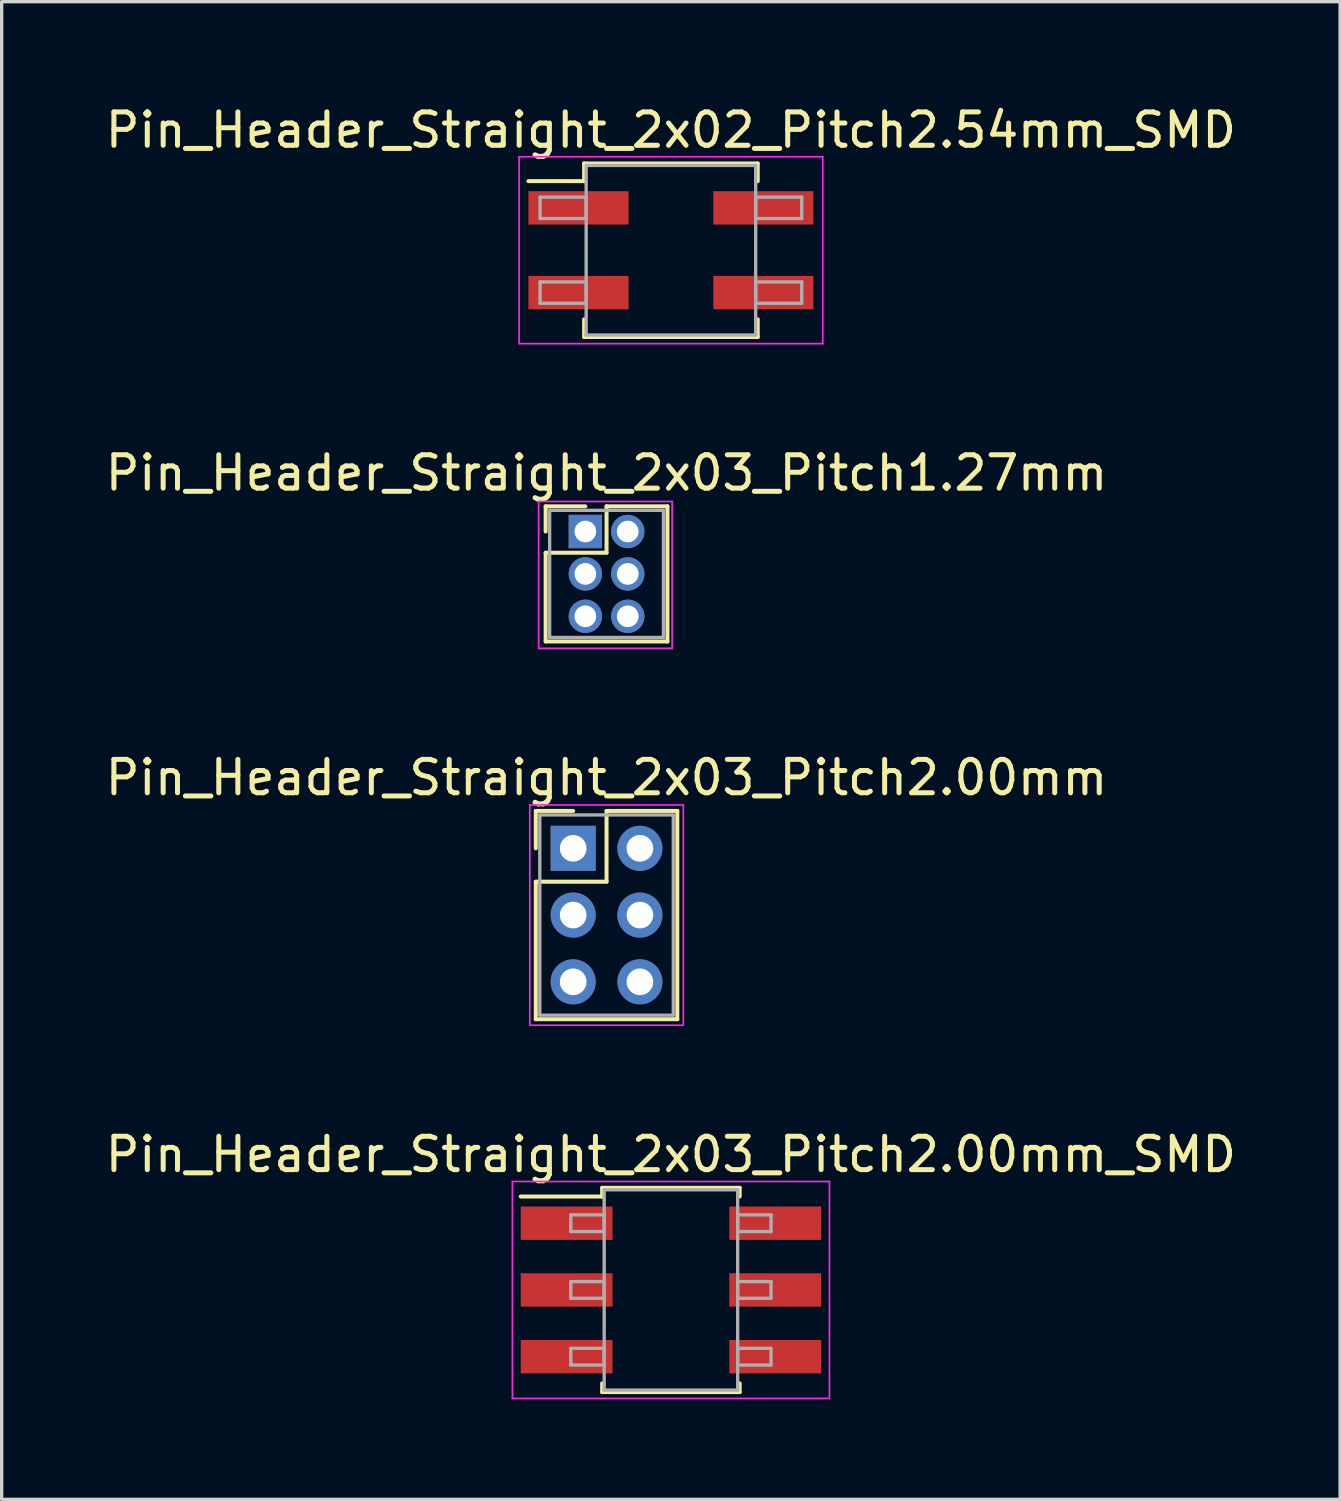
<source format=kicad_pcb>
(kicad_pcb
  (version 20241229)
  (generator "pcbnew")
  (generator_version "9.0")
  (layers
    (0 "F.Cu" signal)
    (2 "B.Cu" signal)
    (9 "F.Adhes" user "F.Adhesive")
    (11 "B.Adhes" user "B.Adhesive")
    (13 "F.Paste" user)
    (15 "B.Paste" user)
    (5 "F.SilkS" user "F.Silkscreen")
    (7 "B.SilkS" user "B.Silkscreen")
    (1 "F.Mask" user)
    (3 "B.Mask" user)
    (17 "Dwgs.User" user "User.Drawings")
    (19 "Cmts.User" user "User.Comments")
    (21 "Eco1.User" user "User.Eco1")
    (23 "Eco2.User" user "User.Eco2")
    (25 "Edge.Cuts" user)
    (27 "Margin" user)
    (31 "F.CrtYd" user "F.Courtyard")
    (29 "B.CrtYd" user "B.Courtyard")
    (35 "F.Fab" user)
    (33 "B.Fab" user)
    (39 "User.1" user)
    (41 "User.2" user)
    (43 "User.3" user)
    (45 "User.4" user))
  (footprint "Pin_Header_Straight_2x03_Pitch2.00mm_SMD"
    (layer "F.Cu")
    (at 17.054 35.603)
    (property "Reference" "Pin_Header_Straight_2x03_Pitch2.00mm_SMD" (at 0 -4.06 0) (layer "F.SilkS") (effects (font (size 1 1) (thickness 0.15))))
    (attr smd)
    (fp_line (start -4.5 -2.8) (end -2.06 -2.8) (stroke (width 0.12) (type solid)) (layer "F.SilkS"))
    (fp_line (start -2.06 -3.06) (end 2.06 -3.06) (stroke (width 0.12) (type solid)) (layer "F.SilkS"))
    (fp_line (start -2.06 -2.8) (end -2.06 -3.06) (stroke (width 0.12) (type solid)) (layer "F.SilkS"))
    (fp_line (start -2.06 2.8) (end -2.06 3.06) (stroke (width 0.12) (type solid)) (layer "F.SilkS"))
    (fp_line (start -2.06 3.06) (end 2.06 3.06) (stroke (width 0.12) (type solid)) (layer "F.SilkS"))
    (fp_line (start 2.06 -3.06) (end 2.06 -2.8) (stroke (width 0.12) (type solid)) (layer "F.SilkS"))
    (fp_line (start 2.06 3.06) (end 2.06 2.8) (stroke (width 0.12) (type solid)) (layer "F.SilkS"))
    (fp_line (start -4.75 -3.25) (end -4.75 3.25) (stroke (width 0.05) (type solid)) (layer "F.CrtYd"))
    (fp_line (start -4.75 3.25) (end 4.75 3.25) (stroke (width 0.05) (type solid)) (layer "F.CrtYd"))
    (fp_line (start 4.75 -3.25) (end -4.75 -3.25) (stroke (width 0.05) (type solid)) (layer "F.CrtYd"))
    (fp_line (start 4.75 3.25) (end 4.75 -3.25) (stroke (width 0.05) (type solid)) (layer "F.CrtYd"))
    (fp_line (start -3 -2.25) (end -2 -2.25) (stroke (width 0.1) (type solid)) (layer "F.Fab"))
    (fp_line (start -3 -1.75) (end -3 -2.25) (stroke (width 0.1) (type solid)) (layer "F.Fab"))
    (fp_line (start -3 -0.25) (end -2 -0.25) (stroke (width 0.1) (type solid)) (layer "F.Fab"))
    (fp_line (start -3 0.25) (end -3 -0.25) (stroke (width 0.1) (type solid)) (layer "F.Fab"))
    (fp_line (start -3 1.75) (end -2 1.75) (stroke (width 0.1) (type solid)) (layer "F.Fab"))
    (fp_line (start -3 2.25) (end -3 1.75) (stroke (width 0.1) (type solid)) (layer "F.Fab"))
    (fp_line (start -2 -3) (end -2 3) (stroke (width 0.1) (type solid)) (layer "F.Fab"))
    (fp_line (start -2 -2.25) (end -2 -1.75) (stroke (width 0.1) (type solid)) (layer "F.Fab"))
    (fp_line (start -2 -1.75) (end -3 -1.75) (stroke (width 0.1) (type solid)) (layer "F.Fab"))
    (fp_line (start -2 -0.25) (end -2 0.25) (stroke (width 0.1) (type solid)) (layer "F.Fab"))
    (fp_line (start -2 0.25) (end -3 0.25) (stroke (width 0.1) (type solid)) (layer "F.Fab"))
    (fp_line (start -2 1.75) (end -2 2.25) (stroke (width 0.1) (type solid)) (layer "F.Fab"))
    (fp_line (start -2 2.25) (end -3 2.25) (stroke (width 0.1) (type solid)) (layer "F.Fab"))
    (fp_line (start -2 3) (end 2 3) (stroke (width 0.1) (type solid)) (layer "F.Fab"))
    (fp_line (start 2 -3) (end -2 -3) (stroke (width 0.1) (type solid)) (layer "F.Fab"))
    (fp_line (start 2 -2.25) (end 2 -1.75) (stroke (width 0.1) (type solid)) (layer "F.Fab"))
    (fp_line (start 2 -1.75) (end 3 -1.75) (stroke (width 0.1) (type solid)) (layer "F.Fab"))
    (fp_line (start 2 -0.25) (end 2 0.25) (stroke (width 0.1) (type solid)) (layer "F.Fab"))
    (fp_line (start 2 0.25) (end 3 0.25) (stroke (width 0.1) (type solid)) (layer "F.Fab"))
    (fp_line (start 2 1.75) (end 2 2.25) (stroke (width 0.1) (type solid)) (layer "F.Fab"))
    (fp_line (start 2 2.25) (end 3 2.25) (stroke (width 0.1) (type solid)) (layer "F.Fab"))
    (fp_line (start 2 3) (end 2 -3) (stroke (width 0.1) (type solid)) (layer "F.Fab"))
    (fp_line (start 3 -2.25) (end 2 -2.25) (stroke (width 0.1) (type solid)) (layer "F.Fab"))
    (fp_line (start 3 -1.75) (end 3 -2.25) (stroke (width 0.1) (type solid)) (layer "F.Fab"))
    (fp_line (start 3 -0.25) (end 2 -0.25) (stroke (width 0.1) (type solid)) (layer "F.Fab"))
    (fp_line (start 3 0.25) (end 3 -0.25) (stroke (width 0.1) (type solid)) (layer "F.Fab"))
    (fp_line (start 3 1.75) (end 2 1.75) (stroke (width 0.1) (type solid)) (layer "F.Fab"))
    (fp_line (start 3 2.25) (end 3 1.75) (stroke (width 0.1) (type solid)) (layer "F.Fab"))
    (pad "1" smd rect (at -3.125 -2) (size 2.75 1) (layers "F.Cu" "F.Mask"))
    (pad "2" smd rect (at 3.125 -2) (size 2.75 1) (layers "F.Cu" "F.Mask"))
    (pad "3" smd rect (at -3.125 0) (size 2.75 1) (layers "F.Cu" "F.Mask"))
    (pad "4" smd rect (at 3.125 0) (size 2.75 1) (layers "F.Cu" "F.Mask"))
    (pad "5" smd rect (at -3.125 2) (size 2.75 1) (layers "F.Cu" "F.Mask"))
    (pad "6" smd rect (at 3.125 2) (size 2.75 1) (layers "F.Cu" "F.Mask")))
  (footprint "Pin_Header_Straight_2x03_Pitch1.27mm"
    (layer "F.Cu")
    (at 14.49 12.877)
    (property "Reference" "Pin_Header_Straight_2x03_Pitch1.27mm" (at 0.635 -1.755 0) (layer "F.SilkS") (effects (font (size 1 1) (thickness 0.15))))
    (attr through_hole)
    (fp_line (start -1.19 -0.755) (end 0 -0.755) (stroke (width 0.12) (type solid)) (layer "F.SilkS"))
    (fp_line (start -1.19 0) (end -1.19 -0.755) (stroke (width 0.12) (type solid)) (layer "F.SilkS"))
    (fp_line (start -1.19 0.635) (end -1.19 3.295) (stroke (width 0.12) (type solid)) (layer "F.SilkS"))
    (fp_line (start -1.19 3.295) (end 2.46 3.295) (stroke (width 0.12) (type solid)) (layer "F.SilkS"))
    (fp_line (start 0.635 -0.755) (end 0.635 0.635) (stroke (width 0.12) (type solid)) (layer "F.SilkS"))
    (fp_line (start 0.635 0.635) (end -1.19 0.635) (stroke (width 0.12) (type solid)) (layer "F.SilkS"))
    (fp_line (start 2.46 -0.755) (end 0.635 -0.755) (stroke (width 0.12) (type solid)) (layer "F.SilkS"))
    (fp_line (start 2.46 3.295) (end 2.46 -0.755) (stroke (width 0.12) (type solid)) (layer "F.SilkS"))
    (fp_line (start -1.4 -0.9) (end -1.4 3.5) (stroke (width 0.05) (type solid)) (layer "F.CrtYd"))
    (fp_line (start -1.4 3.5) (end 2.6 3.5) (stroke (width 0.05) (type solid)) (layer "F.CrtYd"))
    (fp_line (start 2.6 -0.9) (end -1.4 -0.9) (stroke (width 0.05) (type solid)) (layer "F.CrtYd"))
    (fp_line (start 2.6 3.5) (end 2.6 -0.9) (stroke (width 0.05) (type solid)) (layer "F.CrtYd"))
    (fp_line (start -1.07 -0.635) (end -1.07 3.175) (stroke (width 0.1) (type solid)) (layer "F.Fab"))
    (fp_line (start -1.07 3.175) (end 2.34 3.175) (stroke (width 0.1) (type solid)) (layer "F.Fab"))
    (fp_line (start 2.34 -0.635) (end -1.07 -0.635) (stroke (width 0.1) (type solid)) (layer "F.Fab"))
    (fp_line (start 2.34 3.175) (end 2.34 -0.635) (stroke (width 0.1) (type solid)) (layer "F.Fab"))
    (pad "1" thru_hole rect (at 0 0) (size 1 1) (drill 0.65) (layers "*.Cu" "*.Mask"))
    (pad "2" thru_hole oval (at 1.27 0) (size 1 1) (drill 0.65) (layers "*.Cu" "*.Mask"))
    (pad "3" thru_hole oval (at 0 1.27) (size 1 1) (drill 0.65) (layers "*.Cu" "*.Mask"))
    (pad "4" thru_hole oval (at 1.27 1.27) (size 1 1) (drill 0.65) (layers "*.Cu" "*.Mask"))
    (pad "5" thru_hole oval (at 0 2.54) (size 1 1) (drill 0.65) (layers "*.Cu" "*.Mask"))
    (pad "6" thru_hole oval (at 1.27 2.54) (size 1 1) (drill 0.65) (layers "*.Cu" "*.Mask")))
  (footprint "Pin_Header_Straight_2x03_Pitch2.00mm"
    (layer "F.Cu")
    (at 14.125 22.37)
    (property "Reference" "Pin_Header_Straight_2x03_Pitch2.00mm" (at 1 -2.12 0) (layer "F.SilkS") (effects (font (size 1 1) (thickness 0.15))))
    (attr through_hole)
    (fp_line (start -1.12 -1.12) (end 0 -1.12) (stroke (width 0.12) (type solid)) (layer "F.SilkS"))
    (fp_line (start -1.12 0) (end -1.12 -1.12) (stroke (width 0.12) (type solid)) (layer "F.SilkS"))
    (fp_line (start -1.12 1) (end -1.12 5.12) (stroke (width 0.12) (type solid)) (layer "F.SilkS"))
    (fp_line (start -1.12 5.12) (end 3.12 5.12) (stroke (width 0.12) (type solid)) (layer "F.SilkS"))
    (fp_line (start 1 -1.12) (end 1 1) (stroke (width 0.12) (type solid)) (layer "F.SilkS"))
    (fp_line (start 1 1) (end -1.12 1) (stroke (width 0.12) (type solid)) (layer "F.SilkS"))
    (fp_line (start 3.12 -1.12) (end 1 -1.12) (stroke (width 0.12) (type solid)) (layer "F.SilkS"))
    (fp_line (start 3.12 5.12) (end 3.12 -1.12) (stroke (width 0.12) (type solid)) (layer "F.SilkS"))
    (fp_line (start -1.3 -1.3) (end -1.3 5.3) (stroke (width 0.05) (type solid)) (layer "F.CrtYd"))
    (fp_line (start -1.3 5.3) (end 3.3 5.3) (stroke (width 0.05) (type solid)) (layer "F.CrtYd"))
    (fp_line (start 3.3 -1.3) (end -1.3 -1.3) (stroke (width 0.05) (type solid)) (layer "F.CrtYd"))
    (fp_line (start 3.3 5.3) (end 3.3 -1.3) (stroke (width 0.05) (type solid)) (layer "F.CrtYd"))
    (fp_line (start -1 -1) (end -1 5) (stroke (width 0.1) (type solid)) (layer "F.Fab"))
    (fp_line (start -1 5) (end 3 5) (stroke (width 0.1) (type solid)) (layer "F.Fab"))
    (fp_line (start 3 -1) (end -1 -1) (stroke (width 0.1) (type solid)) (layer "F.Fab"))
    (fp_line (start 3 5) (end 3 -1) (stroke (width 0.1) (type solid)) (layer "F.Fab"))
    (pad "1" thru_hole rect (at 0 0) (size 1.35 1.35) (drill 0.8) (layers "*.Cu" "*.Mask"))
    (pad "2" thru_hole oval (at 2 0) (size 1.35 1.35) (drill 0.8) (layers "*.Cu" "*.Mask"))
    (pad "3" thru_hole oval (at 0 2) (size 1.35 1.35) (drill 0.8) (layers "*.Cu" "*.Mask"))
    (pad "4" thru_hole oval (at 2 2) (size 1.35 1.35) (drill 0.8) (layers "*.Cu" "*.Mask"))
    (pad "5" thru_hole oval (at 0 4) (size 1.35 1.35) (drill 0.8) (layers "*.Cu" "*.Mask"))
    (pad "6" thru_hole oval (at 2 4) (size 1.35 1.35) (drill 0.8) (layers "*.Cu" "*.Mask")))
  (footprint "Pin_Header_Straight_2x02_Pitch2.54mm_SMD"
    (layer "F.Cu")
    (at 17.054 4.448)
    (property "Reference" "Pin_Header_Straight_2x02_Pitch2.54mm_SMD" (at 0 -3.6 0) (layer "F.SilkS") (effects (font (size 1 1) (thickness 0.15))))
    (attr smd)
    (fp_line (start -4.27 -2.07) (end -2.6 -2.07) (stroke (width 0.12) (type solid)) (layer "F.SilkS"))
    (fp_line (start -2.6 -2.6) (end 2.6 -2.6) (stroke (width 0.12) (type solid)) (layer "F.SilkS"))
    (fp_line (start -2.6 -2.07) (end -2.6 -2.6) (stroke (width 0.12) (type solid)) (layer "F.SilkS"))
    (fp_line (start -2.6 2.07) (end -2.6 2.6) (stroke (width 0.12) (type solid)) (layer "F.SilkS"))
    (fp_line (start -2.6 2.6) (end 2.6 2.6) (stroke (width 0.12) (type solid)) (layer "F.SilkS"))
    (fp_line (start 2.6 -2.6) (end 2.6 -2.07) (stroke (width 0.12) (type solid)) (layer "F.SilkS"))
    (fp_line (start 2.6 2.6) (end 2.6 2.07) (stroke (width 0.12) (type solid)) (layer "F.SilkS"))
    (fp_line (start -4.55 -2.8) (end -4.55 2.8) (stroke (width 0.05) (type solid)) (layer "F.CrtYd"))
    (fp_line (start -4.55 2.8) (end 4.55 2.8) (stroke (width 0.05) (type solid)) (layer "F.CrtYd"))
    (fp_line (start 4.55 -2.8) (end -4.55 -2.8) (stroke (width 0.05) (type solid)) (layer "F.CrtYd"))
    (fp_line (start 4.55 2.8) (end 4.55 -2.8) (stroke (width 0.05) (type solid)) (layer "F.CrtYd"))
    (fp_line (start -3.92 -1.59) (end -2.54 -1.59) (stroke (width 0.1) (type solid)) (layer "F.Fab"))
    (fp_line (start -3.92 -0.95) (end -3.92 -1.59) (stroke (width 0.1) (type solid)) (layer "F.Fab"))
    (fp_line (start -3.92 0.95) (end -2.54 0.95) (stroke (width 0.1) (type solid)) (layer "F.Fab"))
    (fp_line (start -3.92 1.59) (end -3.92 0.95) (stroke (width 0.1) (type solid)) (layer "F.Fab"))
    (fp_line (start -2.54 -2.54) (end -2.54 2.54) (stroke (width 0.1) (type solid)) (layer "F.Fab"))
    (fp_line (start -2.54 -1.59) (end -2.54 -0.95) (stroke (width 0.1) (type solid)) (layer "F.Fab"))
    (fp_line (start -2.54 -0.95) (end -3.92 -0.95) (stroke (width 0.1) (type solid)) (layer "F.Fab"))
    (fp_line (start -2.54 0.95) (end -2.54 1.59) (stroke (width 0.1) (type solid)) (layer "F.Fab"))
    (fp_line (start -2.54 1.59) (end -3.92 1.59) (stroke (width 0.1) (type solid)) (layer "F.Fab"))
    (fp_line (start -2.54 2.54) (end 2.54 2.54) (stroke (width 0.1) (type solid)) (layer "F.Fab"))
    (fp_line (start 2.54 -2.54) (end -2.54 -2.54) (stroke (width 0.1) (type solid)) (layer "F.Fab"))
    (fp_line (start 2.54 -1.59) (end 2.54 -0.95) (stroke (width 0.1) (type solid)) (layer "F.Fab"))
    (fp_line (start 2.54 -0.95) (end 3.92 -0.95) (stroke (width 0.1) (type solid)) (layer "F.Fab"))
    (fp_line (start 2.54 0.95) (end 2.54 1.59) (stroke (width 0.1) (type solid)) (layer "F.Fab"))
    (fp_line (start 2.54 1.59) (end 3.92 1.59) (stroke (width 0.1) (type solid)) (layer "F.Fab"))
    (fp_line (start 2.54 2.54) (end 2.54 -2.54) (stroke (width 0.1) (type solid)) (layer "F.Fab"))
    (fp_line (start 3.92 -1.59) (end 2.54 -1.59) (stroke (width 0.1) (type solid)) (layer "F.Fab"))
    (fp_line (start 3.92 -0.95) (end 3.92 -1.59) (stroke (width 0.1) (type solid)) (layer "F.Fab"))
    (fp_line (start 3.92 0.95) (end 2.54 0.95) (stroke (width 0.1) (type solid)) (layer "F.Fab"))
    (fp_line (start 3.92 1.59) (end 3.92 0.95) (stroke (width 0.1) (type solid)) (layer "F.Fab"))
    (pad "1" smd rect (at -2.77 -1.27) (size 3 1) (layers "F.Cu" "F.Mask"))
    (pad "2" smd rect (at 2.77 -1.27) (size 3 1) (layers "F.Cu" "F.Mask"))
    (pad "3" smd rect (at -2.77 1.27) (size 3 1) (layers "F.Cu" "F.Mask"))
    (pad "4" smd rect (at 2.77 1.27) (size 3 1) (layers "F.Cu" "F.Mask")))
  (gr_rect
    (start -3 -3)
    (end 37.107 41.878)
    (stroke (width 0.1) (type default))
    (fill no)
    (layer "Edge.Cuts")))
</source>
